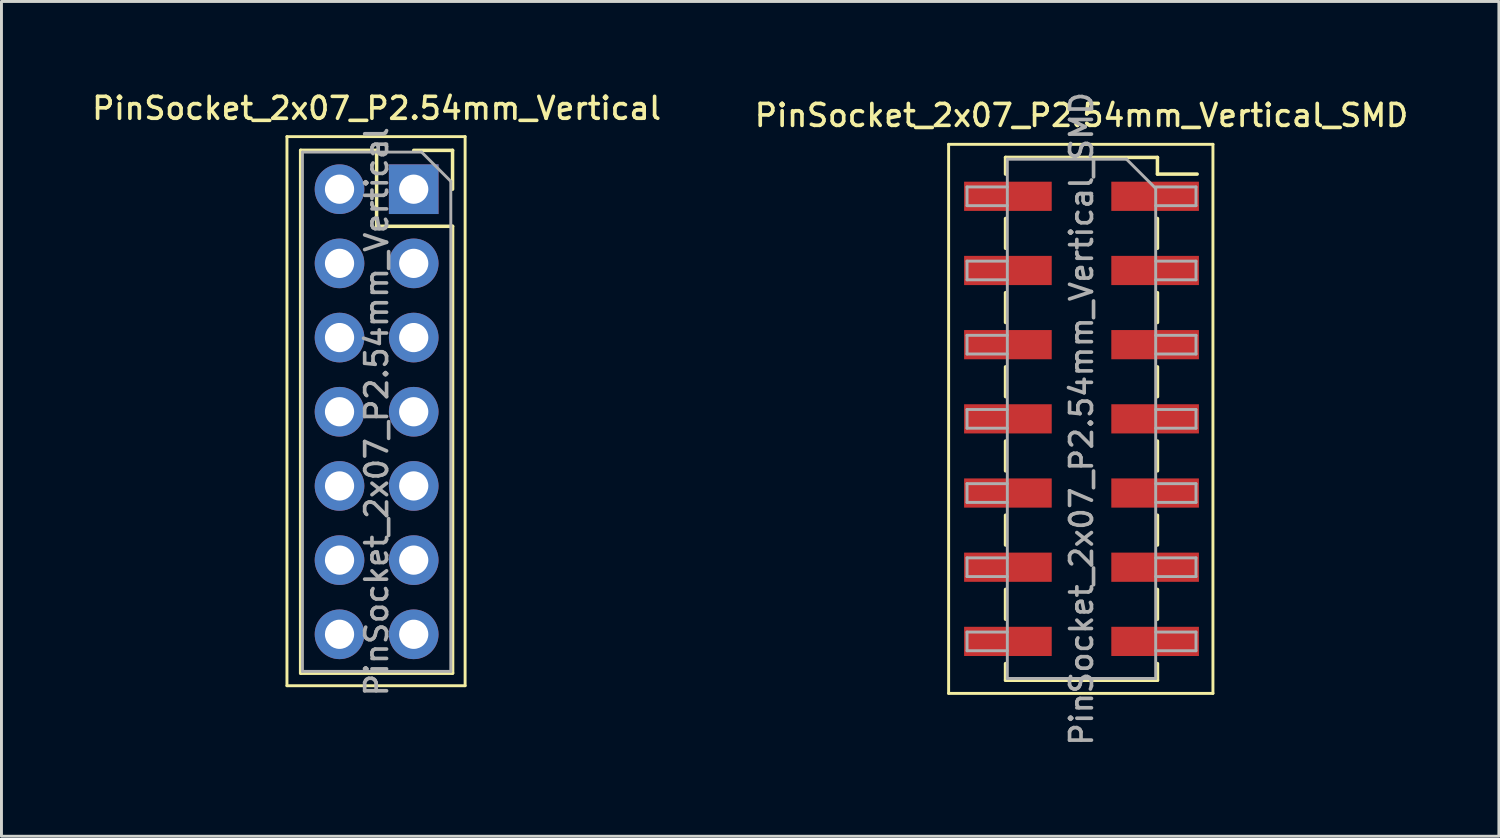
<source format=kicad_pcb>
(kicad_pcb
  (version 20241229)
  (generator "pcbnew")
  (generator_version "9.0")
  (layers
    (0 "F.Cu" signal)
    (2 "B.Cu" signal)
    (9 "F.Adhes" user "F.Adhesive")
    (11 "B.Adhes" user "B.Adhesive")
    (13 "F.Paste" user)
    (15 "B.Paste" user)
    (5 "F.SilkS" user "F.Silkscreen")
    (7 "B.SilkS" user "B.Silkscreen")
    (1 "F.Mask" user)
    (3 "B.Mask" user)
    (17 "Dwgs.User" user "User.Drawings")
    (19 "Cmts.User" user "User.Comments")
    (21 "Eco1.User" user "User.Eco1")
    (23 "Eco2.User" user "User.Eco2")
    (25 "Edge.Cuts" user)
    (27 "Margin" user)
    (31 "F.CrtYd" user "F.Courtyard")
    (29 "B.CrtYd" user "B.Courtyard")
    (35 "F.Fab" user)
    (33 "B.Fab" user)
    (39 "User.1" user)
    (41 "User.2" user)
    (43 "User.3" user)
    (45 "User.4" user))
  (footprint "PinSocket_2x07_P2.54mm_Vertical"
    (layer "F.Cu")
    (at 11.115 3.428)
    (property "Reference" "PinSocket_2x07_P2.54mm_Vertical" (at -1.27 -2.77 0) (layer "F.SilkS") (effects (font (size 0.75 0.75) (thickness 0.125))))
    (attr through_hole)
    (fp_line (start -4.34 -1.8) (end 1.76 -1.8) (stroke (width 0.1) (type solid)) (layer "F.SilkS"))
    (fp_line (start -4.34 17) (end -4.34 -1.8) (stroke (width 0.1) (type solid)) (layer "F.SilkS"))
    (fp_line (start -3.87 -1.33) (end -3.87 16.57) (stroke (width 0.12) (type solid)) (layer "F.SilkS"))
    (fp_line (start -3.87 -1.33) (end -1.27 -1.33) (stroke (width 0.12) (type solid)) (layer "F.SilkS"))
    (fp_line (start -3.87 16.57) (end 1.33 16.57) (stroke (width 0.12) (type solid)) (layer "F.SilkS"))
    (fp_line (start -1.27 -1.33) (end -1.27 1.27) (stroke (width 0.12) (type solid)) (layer "F.SilkS"))
    (fp_line (start -1.27 1.27) (end 1.33 1.27) (stroke (width 0.12) (type solid)) (layer "F.SilkS"))
    (fp_line (start 0 -1.33) (end 1.33 -1.33) (stroke (width 0.12) (type solid)) (layer "F.SilkS"))
    (fp_line (start 1.33 -1.33) (end 1.33 0) (stroke (width 0.12) (type solid)) (layer "F.SilkS"))
    (fp_line (start 1.33 1.27) (end 1.33 16.57) (stroke (width 0.12) (type solid)) (layer "F.SilkS"))
    (fp_line (start 1.76 -1.8) (end 1.76 17) (stroke (width 0.1) (type solid)) (layer "F.SilkS"))
    (fp_line (start 1.76 17) (end -4.34 17) (stroke (width 0.1) (type solid)) (layer "F.SilkS"))
    (fp_line (start -3.81 -1.27) (end 0.27 -1.27) (stroke (width 0.1) (type solid)) (layer "F.Fab"))
    (fp_line (start -3.81 16.51) (end -3.81 -1.27) (stroke (width 0.1) (type solid)) (layer "F.Fab"))
    (fp_line (start 0.27 -1.27) (end 1.27 -0.27) (stroke (width 0.1) (type solid)) (layer "F.Fab"))
    (fp_line (start 1.27 -0.27) (end 1.27 16.51) (stroke (width 0.1) (type solid)) (layer "F.Fab"))
    (fp_line (start 1.27 16.51) (end -3.81 16.51) (stroke (width 0.1) (type solid)) (layer "F.Fab"))
    (fp_text user "${REFERENCE}" (at -1.27 7.62 90) (layer "F.Fab") (effects (font (size 0.75 0.75) (thickness 0.125))))
    (pad "1" thru_hole rect (at 0 0) (size 1.7 1.7) (drill 1) (layers "*.Cu" "*.Mask"))
    (pad "2" thru_hole oval (at -2.54 0) (size 1.7 1.7) (drill 1) (layers "*.Cu" "*.Mask"))
    (pad "3" thru_hole oval (at 0 2.54) (size 1.7 1.7) (drill 1) (layers "*.Cu" "*.Mask"))
    (pad "4" thru_hole oval (at -2.54 2.54) (size 1.7 1.7) (drill 1) (layers "*.Cu" "*.Mask"))
    (pad "5" thru_hole oval (at 0 5.08) (size 1.7 1.7) (drill 1) (layers "*.Cu" "*.Mask"))
    (pad "6" thru_hole oval (at -2.54 5.08) (size 1.7 1.7) (drill 1) (layers "*.Cu" "*.Mask"))
    (pad "7" thru_hole oval (at 0 7.62) (size 1.7 1.7) (drill 1) (layers "*.Cu" "*.Mask"))
    (pad "8" thru_hole oval (at -2.54 7.62) (size 1.7 1.7) (drill 1) (layers "*.Cu" "*.Mask"))
    (pad "9" thru_hole oval (at 0 10.16) (size 1.7 1.7) (drill 1) (layers "*.Cu" "*.Mask"))
    (pad "10" thru_hole oval (at -2.54 10.16) (size 1.7 1.7) (drill 1) (layers "*.Cu" "*.Mask"))
    (pad "11" thru_hole oval (at 0 12.7) (size 1.7 1.7) (drill 1) (layers "*.Cu" "*.Mask"))
    (pad "12" thru_hole oval (at -2.54 12.7) (size 1.7 1.7) (drill 1) (layers "*.Cu" "*.Mask"))
    (pad "13" thru_hole oval (at 0 15.24) (size 1.7 1.7) (drill 1) (layers "*.Cu" "*.Mask"))
    (pad "14" thru_hole oval (at -2.54 15.24) (size 1.7 1.7) (drill 1) (layers "*.Cu" "*.Mask")))
  (footprint "PinSocket_2x07_P2.54mm_Vertical_SMD"
    (layer "F.Cu")
    (at 33.98 11.291)
    (property "Reference" "PinSocket_2x07_P2.54mm_Vertical_SMD" (at 0 -10.39 0) (layer "F.SilkS") (effects (font (size 0.75 0.75) (thickness 0.125))))
    (attr smd)
    (fp_line (start -4.55 -9.4) (end 4.5 -9.4) (stroke (width 0.1) (type solid)) (layer "F.SilkS"))
    (fp_line (start -4.55 9.4) (end -4.55 -9.4) (stroke (width 0.1) (type solid)) (layer "F.SilkS"))
    (fp_line (start -2.6 -8.95) (end -2.6 -8.38) (stroke (width 0.12) (type solid)) (layer "F.SilkS"))
    (fp_line (start -2.6 -8.95) (end 2.6 -8.95) (stroke (width 0.12) (type solid)) (layer "F.SilkS"))
    (fp_line (start -2.6 -6.86) (end -2.6 -5.84) (stroke (width 0.12) (type solid)) (layer "F.SilkS"))
    (fp_line (start -2.6 -4.32) (end -2.6 -3.3) (stroke (width 0.12) (type solid)) (layer "F.SilkS"))
    (fp_line (start -2.6 -1.78) (end -2.6 -0.76) (stroke (width 0.12) (type solid)) (layer "F.SilkS"))
    (fp_line (start -2.6 0.76) (end -2.6 1.78) (stroke (width 0.12) (type solid)) (layer "F.SilkS"))
    (fp_line (start -2.6 3.3) (end -2.6 4.32) (stroke (width 0.12) (type solid)) (layer "F.SilkS"))
    (fp_line (start -2.6 5.84) (end -2.6 6.86) (stroke (width 0.12) (type solid)) (layer "F.SilkS"))
    (fp_line (start -2.6 8.38) (end -2.6 8.95) (stroke (width 0.12) (type solid)) (layer "F.SilkS"))
    (fp_line (start -2.6 8.95) (end 2.6 8.95) (stroke (width 0.12) (type solid)) (layer "F.SilkS"))
    (fp_line (start 2.6 -8.95) (end 2.6 -8.38) (stroke (width 0.12) (type solid)) (layer "F.SilkS"))
    (fp_line (start 2.6 -8.38) (end 3.96 -8.38) (stroke (width 0.12) (type solid)) (layer "F.SilkS"))
    (fp_line (start 2.6 -6.86) (end 2.6 -5.84) (stroke (width 0.12) (type solid)) (layer "F.SilkS"))
    (fp_line (start 2.6 -4.32) (end 2.6 -3.3) (stroke (width 0.12) (type solid)) (layer "F.SilkS"))
    (fp_line (start 2.6 -1.78) (end 2.6 -0.76) (stroke (width 0.12) (type solid)) (layer "F.SilkS"))
    (fp_line (start 2.6 0.76) (end 2.6 1.78) (stroke (width 0.12) (type solid)) (layer "F.SilkS"))
    (fp_line (start 2.6 3.3) (end 2.6 4.32) (stroke (width 0.12) (type solid)) (layer "F.SilkS"))
    (fp_line (start 2.6 5.84) (end 2.6 6.86) (stroke (width 0.12) (type solid)) (layer "F.SilkS"))
    (fp_line (start 2.6 8.38) (end 2.6 8.95) (stroke (width 0.12) (type solid)) (layer "F.SilkS"))
    (fp_line (start 4.5 -9.4) (end 4.5 9.4) (stroke (width 0.1) (type solid)) (layer "F.SilkS"))
    (fp_line (start 4.5 9.4) (end -4.55 9.4) (stroke (width 0.1) (type solid)) (layer "F.SilkS"))
    (fp_line (start -3.92 -7.94) (end -2.54 -7.94) (stroke (width 0.1) (type solid)) (layer "F.Fab"))
    (fp_line (start -3.92 -7.3) (end -3.92 -7.94) (stroke (width 0.1) (type solid)) (layer "F.Fab"))
    (fp_line (start -3.92 -5.4) (end -2.54 -5.4) (stroke (width 0.1) (type solid)) (layer "F.Fab"))
    (fp_line (start -3.92 -4.76) (end -3.92 -5.4) (stroke (width 0.1) (type solid)) (layer "F.Fab"))
    (fp_line (start -3.92 -2.86) (end -2.54 -2.86) (stroke (width 0.1) (type solid)) (layer "F.Fab"))
    (fp_line (start -3.92 -2.22) (end -3.92 -2.86) (stroke (width 0.1) (type solid)) (layer "F.Fab"))
    (fp_line (start -3.92 -0.32) (end -2.54 -0.32) (stroke (width 0.1) (type solid)) (layer "F.Fab"))
    (fp_line (start -3.92 0.32) (end -3.92 -0.32) (stroke (width 0.1) (type solid)) (layer "F.Fab"))
    (fp_line (start -3.92 2.22) (end -2.54 2.22) (stroke (width 0.1) (type solid)) (layer "F.Fab"))
    (fp_line (start -3.92 2.86) (end -3.92 2.22) (stroke (width 0.1) (type solid)) (layer "F.Fab"))
    (fp_line (start -3.92 4.76) (end -2.54 4.76) (stroke (width 0.1) (type solid)) (layer "F.Fab"))
    (fp_line (start -3.92 5.4) (end -3.92 4.76) (stroke (width 0.1) (type solid)) (layer "F.Fab"))
    (fp_line (start -3.92 7.3) (end -2.54 7.3) (stroke (width 0.1) (type solid)) (layer "F.Fab"))
    (fp_line (start -3.92 7.94) (end -3.92 7.3) (stroke (width 0.1) (type solid)) (layer "F.Fab"))
    (fp_line (start -2.54 -8.89) (end 1.54 -8.89) (stroke (width 0.1) (type solid)) (layer "F.Fab"))
    (fp_line (start -2.54 -7.3) (end -3.92 -7.3) (stroke (width 0.1) (type solid)) (layer "F.Fab"))
    (fp_line (start -2.54 -4.76) (end -3.92 -4.76) (stroke (width 0.1) (type solid)) (layer "F.Fab"))
    (fp_line (start -2.54 -2.22) (end -3.92 -2.22) (stroke (width 0.1) (type solid)) (layer "F.Fab"))
    (fp_line (start -2.54 0.32) (end -3.92 0.32) (stroke (width 0.1) (type solid)) (layer "F.Fab"))
    (fp_line (start -2.54 2.86) (end -3.92 2.86) (stroke (width 0.1) (type solid)) (layer "F.Fab"))
    (fp_line (start -2.54 5.4) (end -3.92 5.4) (stroke (width 0.1) (type solid)) (layer "F.Fab"))
    (fp_line (start -2.54 7.94) (end -3.92 7.94) (stroke (width 0.1) (type solid)) (layer "F.Fab"))
    (fp_line (start -2.54 8.89) (end -2.54 -8.89) (stroke (width 0.1) (type solid)) (layer "F.Fab"))
    (fp_line (start 1.54 -8.89) (end 2.54 -7.89) (stroke (width 0.1) (type solid)) (layer "F.Fab"))
    (fp_line (start 2.54 -7.94) (end 3.92 -7.94) (stroke (width 0.1) (type solid)) (layer "F.Fab"))
    (fp_line (start 2.54 -7.89) (end 2.54 8.89) (stroke (width 0.1) (type solid)) (layer "F.Fab"))
    (fp_line (start 2.54 -5.4) (end 3.92 -5.4) (stroke (width 0.1) (type solid)) (layer "F.Fab"))
    (fp_line (start 2.54 -2.86) (end 3.92 -2.86) (stroke (width 0.1) (type solid)) (layer "F.Fab"))
    (fp_line (start 2.54 -0.32) (end 3.92 -0.32) (stroke (width 0.1) (type solid)) (layer "F.Fab"))
    (fp_line (start 2.54 2.22) (end 3.92 2.22) (stroke (width 0.1) (type solid)) (layer "F.Fab"))
    (fp_line (start 2.54 4.76) (end 3.92 4.76) (stroke (width 0.1) (type solid)) (layer "F.Fab"))
    (fp_line (start 2.54 7.3) (end 3.92 7.3) (stroke (width 0.1) (type solid)) (layer "F.Fab"))
    (fp_line (start 2.54 8.89) (end -2.54 8.89) (stroke (width 0.1) (type solid)) (layer "F.Fab"))
    (fp_line (start 3.92 -7.94) (end 3.92 -7.3) (stroke (width 0.1) (type solid)) (layer "F.Fab"))
    (fp_line (start 3.92 -7.3) (end 2.54 -7.3) (stroke (width 0.1) (type solid)) (layer "F.Fab"))
    (fp_line (start 3.92 -5.4) (end 3.92 -4.76) (stroke (width 0.1) (type solid)) (layer "F.Fab"))
    (fp_line (start 3.92 -4.76) (end 2.54 -4.76) (stroke (width 0.1) (type solid)) (layer "F.Fab"))
    (fp_line (start 3.92 -2.86) (end 3.92 -2.22) (stroke (width 0.1) (type solid)) (layer "F.Fab"))
    (fp_line (start 3.92 -2.22) (end 2.54 -2.22) (stroke (width 0.1) (type solid)) (layer "F.Fab"))
    (fp_line (start 3.92 -0.32) (end 3.92 0.32) (stroke (width 0.1) (type solid)) (layer "F.Fab"))
    (fp_line (start 3.92 0.32) (end 2.54 0.32) (stroke (width 0.1) (type solid)) (layer "F.Fab"))
    (fp_line (start 3.92 2.22) (end 3.92 2.86) (stroke (width 0.1) (type solid)) (layer "F.Fab"))
    (fp_line (start 3.92 2.86) (end 2.54 2.86) (stroke (width 0.1) (type solid)) (layer "F.Fab"))
    (fp_line (start 3.92 4.76) (end 3.92 5.4) (stroke (width 0.1) (type solid)) (layer "F.Fab"))
    (fp_line (start 3.92 5.4) (end 2.54 5.4) (stroke (width 0.1) (type solid)) (layer "F.Fab"))
    (fp_line (start 3.92 7.3) (end 3.92 7.94) (stroke (width 0.1) (type solid)) (layer "F.Fab"))
    (fp_line (start 3.92 7.94) (end 2.54 7.94) (stroke (width 0.1) (type solid)) (layer "F.Fab"))
    (fp_text user "${REFERENCE}" (at 0 0 90) (layer "F.Fab") (effects (font (size 0.75 0.75) (thickness 0.125))))
    (pad "1" smd rect (at 2.52 -7.62) (size 3 1) (layers "F.Cu" "F.Mask" "F.Paste"))
    (pad "2" smd rect (at -2.52 -7.62) (size 3 1) (layers "F.Cu" "F.Mask" "F.Paste"))
    (pad "3" smd rect (at 2.52 -5.08) (size 3 1) (layers "F.Cu" "F.Mask" "F.Paste"))
    (pad "4" smd rect (at -2.52 -5.08) (size 3 1) (layers "F.Cu" "F.Mask" "F.Paste"))
    (pad "5" smd rect (at 2.52 -2.54) (size 3 1) (layers "F.Cu" "F.Mask" "F.Paste"))
    (pad "6" smd rect (at -2.52 -2.54) (size 3 1) (layers "F.Cu" "F.Mask" "F.Paste"))
    (pad "7" smd rect (at 2.52 0) (size 3 1) (layers "F.Cu" "F.Mask" "F.Paste"))
    (pad "8" smd rect (at -2.52 0) (size 3 1) (layers "F.Cu" "F.Mask" "F.Paste"))
    (pad "9" smd rect (at 2.52 2.54) (size 3 1) (layers "F.Cu" "F.Mask" "F.Paste"))
    (pad "10" smd rect (at -2.52 2.54) (size 3 1) (layers "F.Cu" "F.Mask" "F.Paste"))
    (pad "11" smd rect (at 2.52 5.08) (size 3 1) (layers "F.Cu" "F.Mask" "F.Paste"))
    (pad "12" smd rect (at -2.52 5.08) (size 3 1) (layers "F.Cu" "F.Mask" "F.Paste"))
    (pad "13" smd rect (at 2.52 7.62) (size 3 1) (layers "F.Cu" "F.Mask" "F.Paste"))
    (pad "14" smd rect (at -2.52 7.62) (size 3 1) (layers "F.Cu" "F.Mask" "F.Paste")))
  (gr_rect
    (start -3 -3)
    (end 48.271 25.582)
    (stroke (width 0.1) (type default))
    (fill no)
    (layer "Edge.Cuts")))
</source>
